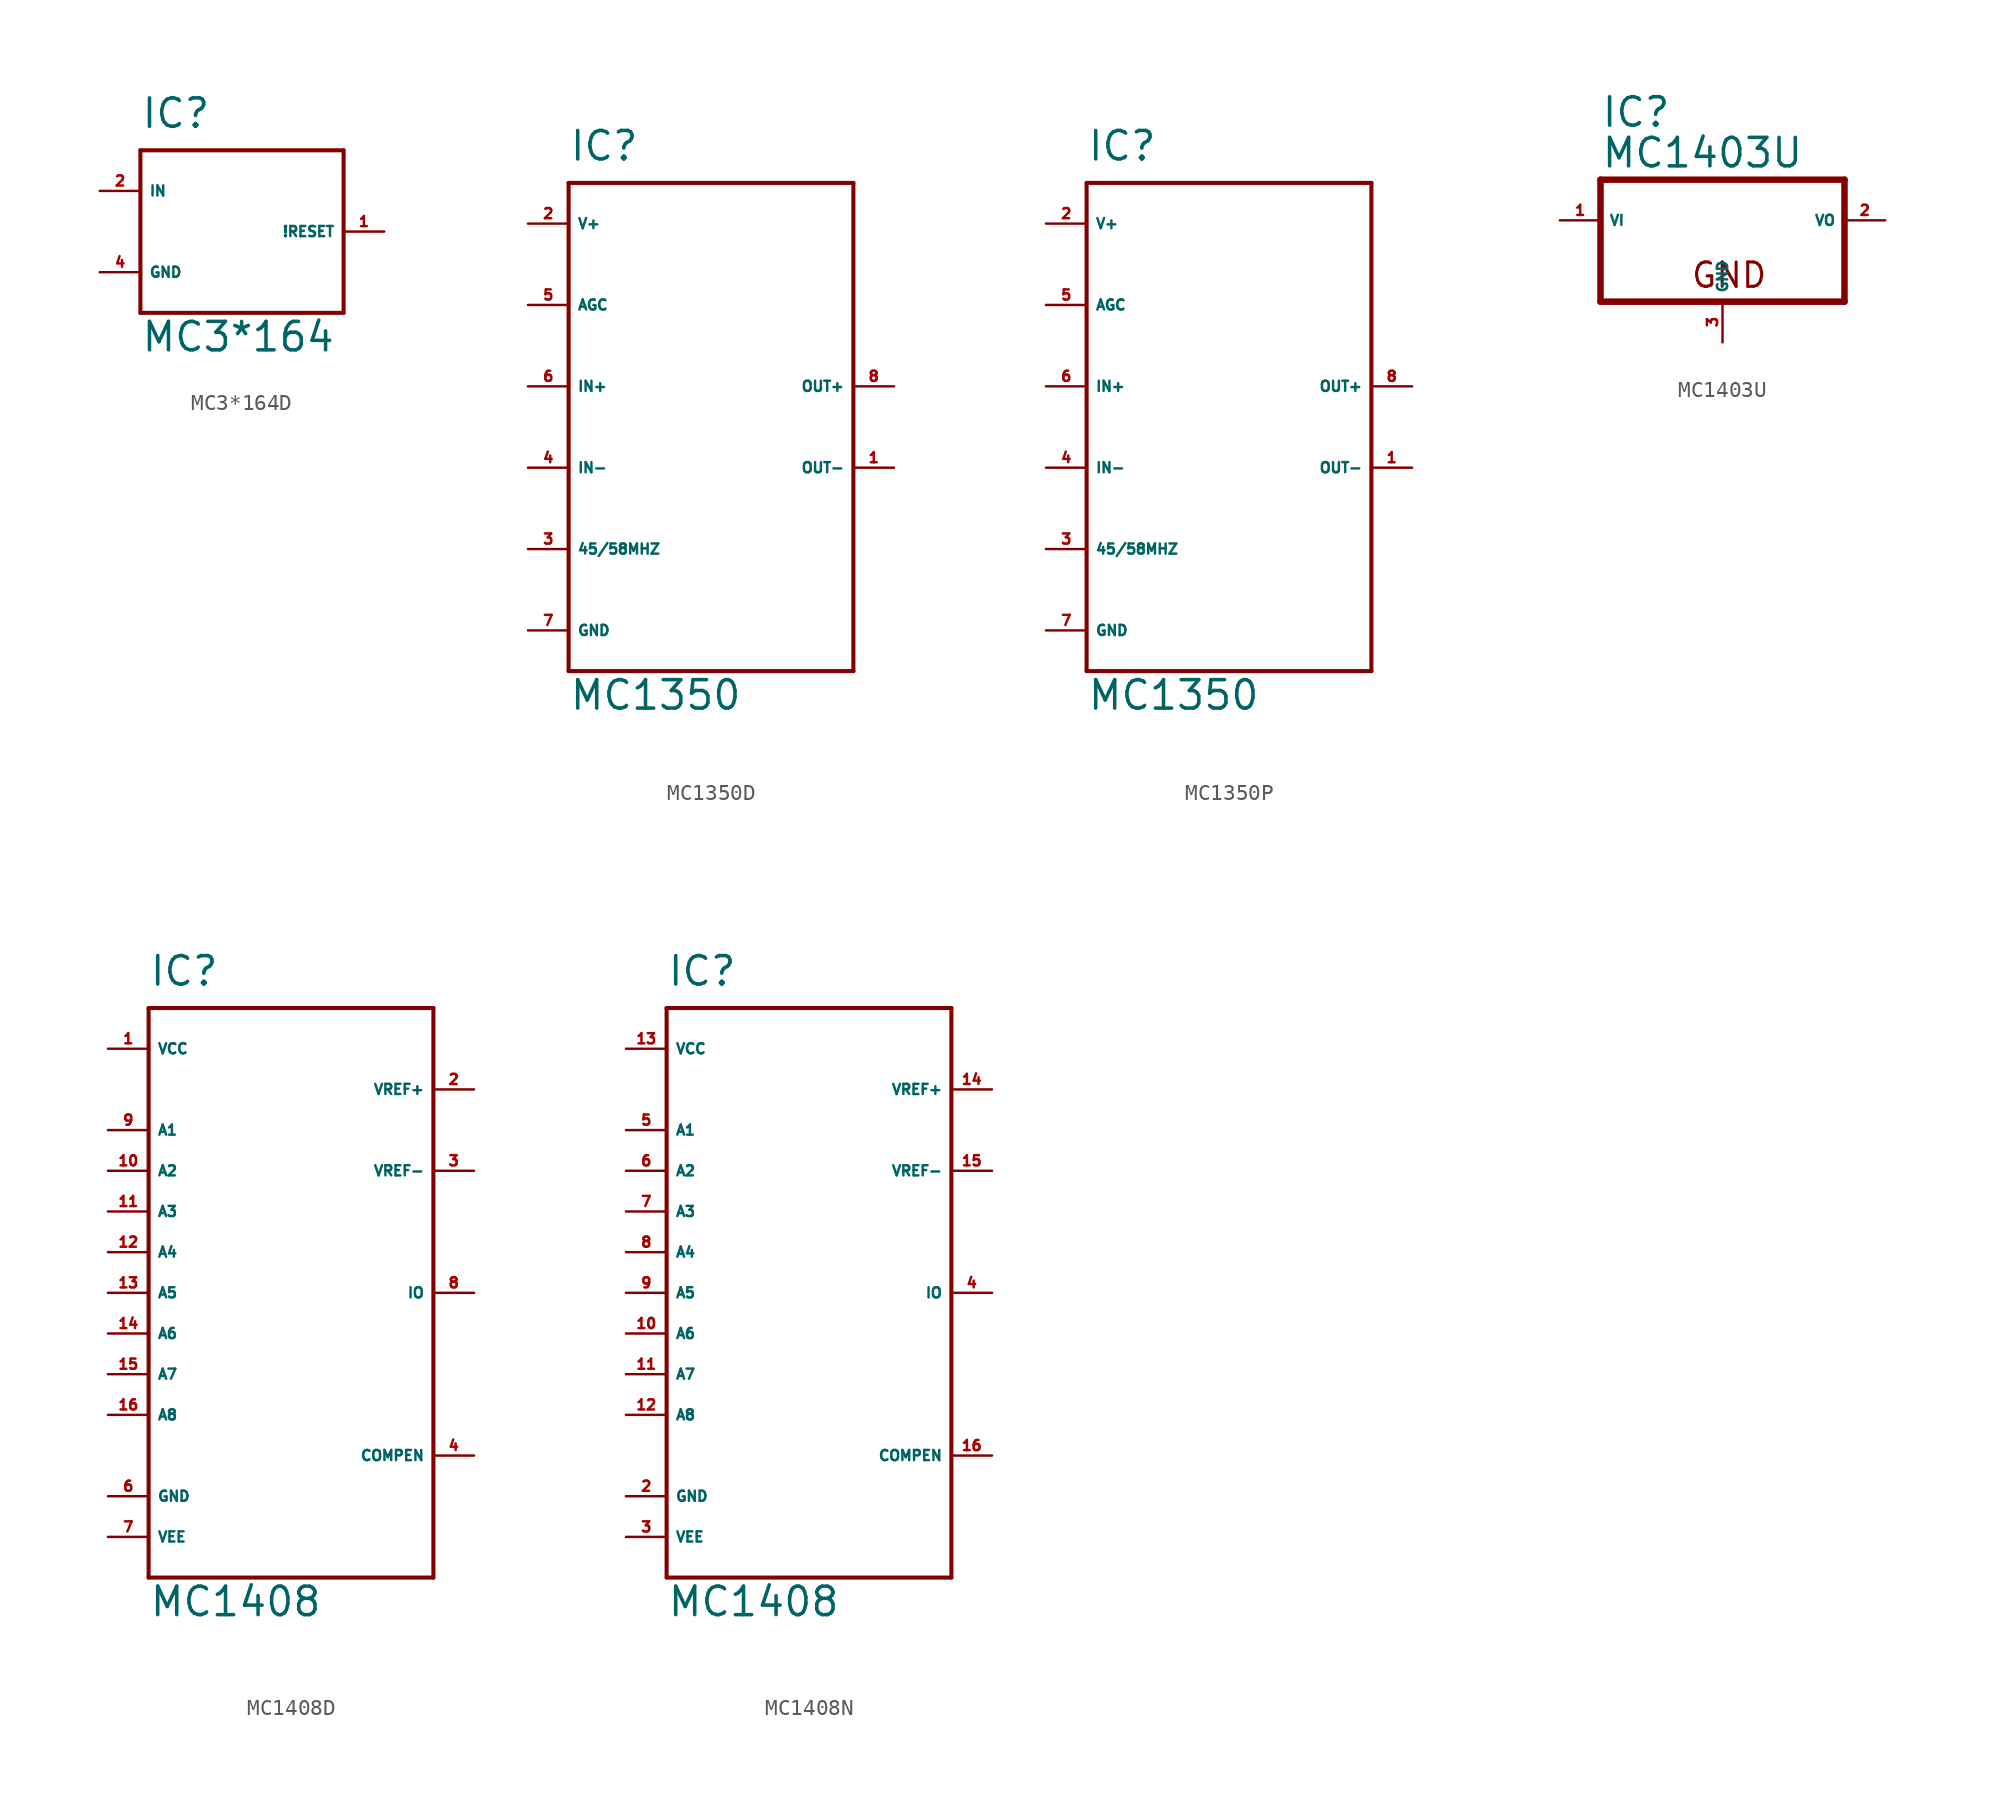
<source format=kicad_sym>
(kicad_symbol_lib
  (version 20220914)
  (generator Eagle2Kicad)
  (symbol "MC3*164D"
    (property "Reference" "IC"
      (at -2.54 6.35 0)
      (effects (font (size 1.778 1.778) (thickness 0.22)) (justify left bottom)))
    (property "Value" "MC3*164"
      (at -2.54 -7.62 0)
      (effects (font (size 1.778 1.778) (thickness 0.22)) (justify left bottom)))
    (polyline
      (pts (xy -2.54 5.08) (xy 10.16 5.08))
      (stroke (width 0.254) (type default))
      (fill (type none)))
    (polyline
      (pts (xy 10.16 5.08) (xy 10.16 -5.08))
      (stroke (width 0.254) (type default))
      (fill (type none)))
    (polyline
      (pts (xy 10.16 -5.08) (xy -2.54 -5.08))
      (stroke (width 0.254) (type default))
      (fill (type none)))
    (polyline
      (pts (xy -2.54 -5.08) (xy -2.54 5.08))
      (stroke (width 0.254) (type default))
      (fill (type none)))
    (pin input line
      (at -5.08 2.54 0)
      (length 2.54)
      (name "IN" (effects (font (size 0.635 0.635) (thickness 0.08)) (justify left bottom)))
      (number "2" (effects (font (size 0.635 0.635) (thickness 0.08)) (justify left bottom))))
    (pin open_collector line
      (at 12.7 0 180)
      (length 2.54)
      (name "!RESET" (effects (font (size 0.635 0.635) (thickness 0.08)) (justify left bottom)))
      (number "1" (effects (font (size 0.635 0.635) (thickness 0.08)) (justify left bottom))))
    (pin unspecified line
      (at -5.08 -2.54 0)
      (length 2.54)
      (name "GND" (effects (font (size 0.635 0.635) (thickness 0.08)) (justify left bottom)))
      (number "4" (effects (font (size 0.635 0.635) (thickness 0.08)) (justify left bottom)))))
  (symbol "MC1350D"
    (property "Reference" "IC"
      (at -10.16 16.51 0)
      (effects (font (size 1.778 1.778) (thickness 0.22)) (justify left bottom)))
    (property "Value" "MC1350"
      (at -10.16 -17.78 0)
      (effects (font (size 1.778 1.778) (thickness 0.22)) (justify left bottom)))
    (polyline
      (pts (xy -10.16 15.24) (xy 7.62 15.24))
      (stroke (width 0.254) (type default))
      (fill (type none)))
    (polyline
      (pts (xy 7.62 15.24) (xy 7.62 -15.24))
      (stroke (width 0.254) (type default))
      (fill (type none)))
    (polyline
      (pts (xy 7.62 -15.24) (xy -10.16 -15.24))
      (stroke (width 0.254) (type default))
      (fill (type none)))
    (polyline
      (pts (xy -10.16 -15.24) (xy -10.16 15.24))
      (stroke (width 0.254) (type default))
      (fill (type none)))
    (pin input line
      (at -12.7 -2.54 0)
      (length 2.54)
      (name "IN-" (effects (font (size 0.635 0.635) (thickness 0.08)) (justify left bottom)))
      (number "4" (effects (font (size 0.635 0.635) (thickness 0.08)) (justify left bottom))))
    (pin input line
      (at -12.7 2.54 0)
      (length 2.54)
      (name "IN+" (effects (font (size 0.635 0.635) (thickness 0.08)) (justify left bottom)))
      (number "6" (effects (font (size 0.635 0.635) (thickness 0.08)) (justify left bottom))))
    (pin input line
      (at -12.7 7.62 0)
      (length 2.54)
      (name "AGC" (effects (font (size 0.635 0.635) (thickness 0.08)) (justify left bottom)))
      (number "5" (effects (font (size 0.635 0.635) (thickness 0.08)) (justify left bottom))))
    (pin unspecified line
      (at -12.7 12.7 0)
      (length 2.54)
      (name "V+" (effects (font (size 0.635 0.635) (thickness 0.08)) (justify left bottom)))
      (number "2" (effects (font (size 0.635 0.635) (thickness 0.08)) (justify left bottom))))
    (pin unspecified line
      (at -12.7 -12.7 0)
      (length 2.54)
      (name "GND" (effects (font (size 0.635 0.635) (thickness 0.08)) (justify left bottom)))
      (number "7" (effects (font (size 0.635 0.635) (thickness 0.08)) (justify left bottom))))
    (pin input line
      (at 10.16 2.54 180)
      (length 2.54)
      (name "OUT+" (effects (font (size 0.635 0.635) (thickness 0.08)) (justify left bottom)))
      (number "8" (effects (font (size 0.635 0.635) (thickness 0.08)) (justify left bottom))))
    (pin input line
      (at 10.16 -2.54 180)
      (length 2.54)
      (name "OUT-" (effects (font (size 0.635 0.635) (thickness 0.08)) (justify left bottom)))
      (number "1" (effects (font (size 0.635 0.635) (thickness 0.08)) (justify left bottom))))
    (pin passive line
      (at -12.7 -7.62 0)
      (length 2.54)
      (name "45/58MHZ" (effects (font (size 0.635 0.635) (thickness 0.08)) (justify left bottom)))
      (number "3" (effects (font (size 0.635 0.635) (thickness 0.08)) (justify left bottom)))))
  (symbol "MC1350P"
    (property "Reference" "IC"
      (at -10.16 16.51 0)
      (effects (font (size 1.778 1.778) (thickness 0.22)) (justify left bottom)))
    (property "Value" "MC1350"
      (at -10.16 -17.78 0)
      (effects (font (size 1.778 1.778) (thickness 0.22)) (justify left bottom)))
    (polyline
      (pts (xy -10.16 15.24) (xy 7.62 15.24))
      (stroke (width 0.254) (type default))
      (fill (type none)))
    (polyline
      (pts (xy 7.62 15.24) (xy 7.62 -15.24))
      (stroke (width 0.254) (type default))
      (fill (type none)))
    (polyline
      (pts (xy 7.62 -15.24) (xy -10.16 -15.24))
      (stroke (width 0.254) (type default))
      (fill (type none)))
    (polyline
      (pts (xy -10.16 -15.24) (xy -10.16 15.24))
      (stroke (width 0.254) (type default))
      (fill (type none)))
    (pin input line
      (at -12.7 -2.54 0)
      (length 2.54)
      (name "IN-" (effects (font (size 0.635 0.635) (thickness 0.08)) (justify left bottom)))
      (number "4" (effects (font (size 0.635 0.635) (thickness 0.08)) (justify left bottom))))
    (pin input line
      (at -12.7 2.54 0)
      (length 2.54)
      (name "IN+" (effects (font (size 0.635 0.635) (thickness 0.08)) (justify left bottom)))
      (number "6" (effects (font (size 0.635 0.635) (thickness 0.08)) (justify left bottom))))
    (pin input line
      (at -12.7 7.62 0)
      (length 2.54)
      (name "AGC" (effects (font (size 0.635 0.635) (thickness 0.08)) (justify left bottom)))
      (number "5" (effects (font (size 0.635 0.635) (thickness 0.08)) (justify left bottom))))
    (pin unspecified line
      (at -12.7 12.7 0)
      (length 2.54)
      (name "V+" (effects (font (size 0.635 0.635) (thickness 0.08)) (justify left bottom)))
      (number "2" (effects (font (size 0.635 0.635) (thickness 0.08)) (justify left bottom))))
    (pin unspecified line
      (at -12.7 -12.7 0)
      (length 2.54)
      (name "GND" (effects (font (size 0.635 0.635) (thickness 0.08)) (justify left bottom)))
      (number "7" (effects (font (size 0.635 0.635) (thickness 0.08)) (justify left bottom))))
    (pin input line
      (at 10.16 2.54 180)
      (length 2.54)
      (name "OUT+" (effects (font (size 0.635 0.635) (thickness 0.08)) (justify left bottom)))
      (number "8" (effects (font (size 0.635 0.635) (thickness 0.08)) (justify left bottom))))
    (pin input line
      (at 10.16 -2.54 180)
      (length 2.54)
      (name "OUT-" (effects (font (size 0.635 0.635) (thickness 0.08)) (justify left bottom)))
      (number "1" (effects (font (size 0.635 0.635) (thickness 0.08)) (justify left bottom))))
    (pin passive line
      (at -12.7 -7.62 0)
      (length 2.54)
      (name "45/58MHZ" (effects (font (size 0.635 0.635) (thickness 0.08)) (justify left bottom)))
      (number "3" (effects (font (size 0.635 0.635) (thickness 0.08)) (justify left bottom)))))
  (symbol "MC1403U"
    (property "Reference" "IC"
      (at -7.62 5.715 0)
      (effects (font (size 1.778 1.778) (thickness 0.22)) (justify left bottom)))
    (property "Value" "MC1403U"
      (at -7.62 3.175 0)
      (effects (font (size 1.778 1.778) (thickness 0.22)) (justify left bottom)))
    (polyline
      (pts (xy -7.62 -5.08) (xy 7.62 -5.08))
      (stroke (width 0.406) (type default))
      (fill (type none)))
    (polyline
      (pts (xy 7.62 -5.08) (xy 7.62 2.54))
      (stroke (width 0.406) (type default))
      (fill (type none)))
    (polyline
      (pts (xy 7.62 2.54) (xy -7.62 2.54))
      (stroke (width 0.406) (type default))
      (fill (type none)))
    (polyline
      (pts (xy -7.62 2.54) (xy -7.62 -5.08))
      (stroke (width 0.406) (type default))
      (fill (type none)))
    (text "GND"
      (at -2.032 -4.318 0)
      (effects (font (size 1.524 1.524) (thickness 0.19)) (justify left bottom)))
    (pin input line
      (at -10.16 0 0)
      (length 2.54)
      (name "VI" (effects (font (size 0.635 0.635) (thickness 0.08)) (justify left bottom)))
      (number "1" (effects (font (size 0.635 0.635) (thickness 0.08)) (justify left bottom))))
    (pin passive line
      (at 0 -7.62 90)
      (length 2.54)
      (name "GND" (effects (font (size 0.635 0.635) (thickness 0.08)) (justify left bottom)))
      (number "3" (effects (font (size 0.635 0.635) (thickness 0.08)) (justify left bottom))))
    (pin passive line
      (at 10.16 0 180)
      (length 2.54)
      (name "VO" (effects (font (size 0.635 0.635) (thickness 0.08)) (justify left bottom)))
      (number "2" (effects (font (size 0.635 0.635) (thickness 0.08)) (justify left bottom)))))
  (symbol "MC1408D"
    (property "Reference" "IC"
      (at -10.16 19.05 0)
      (effects (font (size 1.778 1.778) (thickness 0.22)) (justify left bottom)))
    (property "Value" "MC1408"
      (at -10.16 -20.32 0)
      (effects (font (size 1.778 1.778) (thickness 0.22)) (justify left bottom)))
    (polyline
      (pts (xy -10.16 17.78) (xy 7.62 17.78))
      (stroke (width 0.254) (type default))
      (fill (type none)))
    (polyline
      (pts (xy 7.62 17.78) (xy 7.62 -17.78))
      (stroke (width 0.254) (type default))
      (fill (type none)))
    (polyline
      (pts (xy 7.62 -17.78) (xy -10.16 -17.78))
      (stroke (width 0.254) (type default))
      (fill (type none)))
    (polyline
      (pts (xy -10.16 -17.78) (xy -10.16 17.78))
      (stroke (width 0.254) (type default))
      (fill (type none)))
    (pin input line
      (at -12.7 10.16 0)
      (length 2.54)
      (name "A1" (effects (font (size 0.635 0.635) (thickness 0.08)) (justify left bottom)))
      (number "9" (effects (font (size 0.635 0.635) (thickness 0.08)) (justify left bottom))))
    (pin input line
      (at -12.7 7.62 0)
      (length 2.54)
      (name "A2" (effects (font (size 0.635 0.635) (thickness 0.08)) (justify left bottom)))
      (number "10" (effects (font (size 0.635 0.635) (thickness 0.08)) (justify left bottom))))
    (pin input line
      (at -12.7 5.08 0)
      (length 2.54)
      (name "A3" (effects (font (size 0.635 0.635) (thickness 0.08)) (justify left bottom)))
      (number "11" (effects (font (size 0.635 0.635) (thickness 0.08)) (justify left bottom))))
    (pin input line
      (at -12.7 2.54 0)
      (length 2.54)
      (name "A4" (effects (font (size 0.635 0.635) (thickness 0.08)) (justify left bottom)))
      (number "12" (effects (font (size 0.635 0.635) (thickness 0.08)) (justify left bottom))))
    (pin input line
      (at -12.7 0 0)
      (length 2.54)
      (name "A5" (effects (font (size 0.635 0.635) (thickness 0.08)) (justify left bottom)))
      (number "13" (effects (font (size 0.635 0.635) (thickness 0.08)) (justify left bottom))))
    (pin input line
      (at -12.7 -2.54 0)
      (length 2.54)
      (name "A6" (effects (font (size 0.635 0.635) (thickness 0.08)) (justify left bottom)))
      (number "14" (effects (font (size 0.635 0.635) (thickness 0.08)) (justify left bottom))))
    (pin input line
      (at -12.7 -5.08 0)
      (length 2.54)
      (name "A7" (effects (font (size 0.635 0.635) (thickness 0.08)) (justify left bottom)))
      (number "15" (effects (font (size 0.635 0.635) (thickness 0.08)) (justify left bottom))))
    (pin input line
      (at -12.7 -7.62 0)
      (length 2.54)
      (name "A8" (effects (font (size 0.635 0.635) (thickness 0.08)) (justify left bottom)))
      (number "16" (effects (font (size 0.635 0.635) (thickness 0.08)) (justify left bottom))))
    (pin input line
      (at 10.16 12.7 180)
      (length 2.54)
      (name "VREF+" (effects (font (size 0.635 0.635) (thickness 0.08)) (justify left bottom)))
      (number "2" (effects (font (size 0.635 0.635) (thickness 0.08)) (justify left bottom))))
    (pin input line
      (at 10.16 7.62 180)
      (length 2.54)
      (name "VREF-" (effects (font (size 0.635 0.635) (thickness 0.08)) (justify left bottom)))
      (number "3" (effects (font (size 0.635 0.635) (thickness 0.08)) (justify left bottom))))
    (pin unspecified line
      (at -12.7 -15.24 0)
      (length 2.54)
      (name "VEE" (effects (font (size 0.635 0.635) (thickness 0.08)) (justify left bottom)))
      (number "7" (effects (font (size 0.635 0.635) (thickness 0.08)) (justify left bottom))))
    (pin unspecified line
      (at -12.7 -12.7 0)
      (length 2.54)
      (name "GND" (effects (font (size 0.635 0.635) (thickness 0.08)) (justify left bottom)))
      (number "6" (effects (font (size 0.635 0.635) (thickness 0.08)) (justify left bottom))))
    (pin unspecified line
      (at -12.7 15.24 0)
      (length 2.54)
      (name "VCC" (effects (font (size 0.635 0.635) (thickness 0.08)) (justify left bottom)))
      (number "1" (effects (font (size 0.635 0.635) (thickness 0.08)) (justify left bottom))))
    (pin passive line
      (at 10.16 -10.16 180)
      (length 2.54)
      (name "COMPEN" (effects (font (size 0.635 0.635) (thickness 0.08)) (justify left bottom)))
      (number "4" (effects (font (size 0.635 0.635) (thickness 0.08)) (justify left bottom))))
    (pin bidirectional line
      (at 10.16 0 180)
      (length 2.54)
      (name "IO" (effects (font (size 0.635 0.635) (thickness 0.08)) (justify left bottom)))
      (number "8" (effects (font (size 0.635 0.635) (thickness 0.08)) (justify left bottom)))))
  (symbol "MC1408N"
    (property "Reference" "IC"
      (at -10.16 19.05 0)
      (effects (font (size 1.778 1.778) (thickness 0.22)) (justify left bottom)))
    (property "Value" "MC1408"
      (at -10.16 -20.32 0)
      (effects (font (size 1.778 1.778) (thickness 0.22)) (justify left bottom)))
    (polyline
      (pts (xy -10.16 17.78) (xy 7.62 17.78))
      (stroke (width 0.254) (type default))
      (fill (type none)))
    (polyline
      (pts (xy 7.62 17.78) (xy 7.62 -17.78))
      (stroke (width 0.254) (type default))
      (fill (type none)))
    (polyline
      (pts (xy 7.62 -17.78) (xy -10.16 -17.78))
      (stroke (width 0.254) (type default))
      (fill (type none)))
    (polyline
      (pts (xy -10.16 -17.78) (xy -10.16 17.78))
      (stroke (width 0.254) (type default))
      (fill (type none)))
    (pin input line
      (at -12.7 10.16 0)
      (length 2.54)
      (name "A1" (effects (font (size 0.635 0.635) (thickness 0.08)) (justify left bottom)))
      (number "5" (effects (font (size 0.635 0.635) (thickness 0.08)) (justify left bottom))))
    (pin input line
      (at -12.7 7.62 0)
      (length 2.54)
      (name "A2" (effects (font (size 0.635 0.635) (thickness 0.08)) (justify left bottom)))
      (number "6" (effects (font (size 0.635 0.635) (thickness 0.08)) (justify left bottom))))
    (pin input line
      (at -12.7 5.08 0)
      (length 2.54)
      (name "A3" (effects (font (size 0.635 0.635) (thickness 0.08)) (justify left bottom)))
      (number "7" (effects (font (size 0.635 0.635) (thickness 0.08)) (justify left bottom))))
    (pin input line
      (at -12.7 2.54 0)
      (length 2.54)
      (name "A4" (effects (font (size 0.635 0.635) (thickness 0.08)) (justify left bottom)))
      (number "8" (effects (font (size 0.635 0.635) (thickness 0.08)) (justify left bottom))))
    (pin input line
      (at -12.7 0 0)
      (length 2.54)
      (name "A5" (effects (font (size 0.635 0.635) (thickness 0.08)) (justify left bottom)))
      (number "9" (effects (font (size 0.635 0.635) (thickness 0.08)) (justify left bottom))))
    (pin input line
      (at -12.7 -2.54 0)
      (length 2.54)
      (name "A6" (effects (font (size 0.635 0.635) (thickness 0.08)) (justify left bottom)))
      (number "10" (effects (font (size 0.635 0.635) (thickness 0.08)) (justify left bottom))))
    (pin input line
      (at -12.7 -5.08 0)
      (length 2.54)
      (name "A7" (effects (font (size 0.635 0.635) (thickness 0.08)) (justify left bottom)))
      (number "11" (effects (font (size 0.635 0.635) (thickness 0.08)) (justify left bottom))))
    (pin input line
      (at -12.7 -7.62 0)
      (length 2.54)
      (name "A8" (effects (font (size 0.635 0.635) (thickness 0.08)) (justify left bottom)))
      (number "12" (effects (font (size 0.635 0.635) (thickness 0.08)) (justify left bottom))))
    (pin input line
      (at 10.16 12.7 180)
      (length 2.54)
      (name "VREF+" (effects (font (size 0.635 0.635) (thickness 0.08)) (justify left bottom)))
      (number "14" (effects (font (size 0.635 0.635) (thickness 0.08)) (justify left bottom))))
    (pin input line
      (at 10.16 7.62 180)
      (length 2.54)
      (name "VREF-" (effects (font (size 0.635 0.635) (thickness 0.08)) (justify left bottom)))
      (number "15" (effects (font (size 0.635 0.635) (thickness 0.08)) (justify left bottom))))
    (pin unspecified line
      (at -12.7 -15.24 0)
      (length 2.54)
      (name "VEE" (effects (font (size 0.635 0.635) (thickness 0.08)) (justify left bottom)))
      (number "3" (effects (font (size 0.635 0.635) (thickness 0.08)) (justify left bottom))))
    (pin unspecified line
      (at -12.7 -12.7 0)
      (length 2.54)
      (name "GND" (effects (font (size 0.635 0.635) (thickness 0.08)) (justify left bottom)))
      (number "2" (effects (font (size 0.635 0.635) (thickness 0.08)) (justify left bottom))))
    (pin unspecified line
      (at -12.7 15.24 0)
      (length 2.54)
      (name "VCC" (effects (font (size 0.635 0.635) (thickness 0.08)) (justify left bottom)))
      (number "13" (effects (font (size 0.635 0.635) (thickness 0.08)) (justify left bottom))))
    (pin passive line
      (at 10.16 -10.16 180)
      (length 2.54)
      (name "COMPEN" (effects (font (size 0.635 0.635) (thickness 0.08)) (justify left bottom)))
      (number "16" (effects (font (size 0.635 0.635) (thickness 0.08)) (justify left bottom))))
    (pin bidirectional line
      (at 10.16 0 180)
      (length 2.54)
      (name "IO" (effects (font (size 0.635 0.635) (thickness 0.08)) (justify left bottom)))
      (number "4" (effects (font (size 0.635 0.635) (thickness 0.08)) (justify left bottom))))))
</source>
